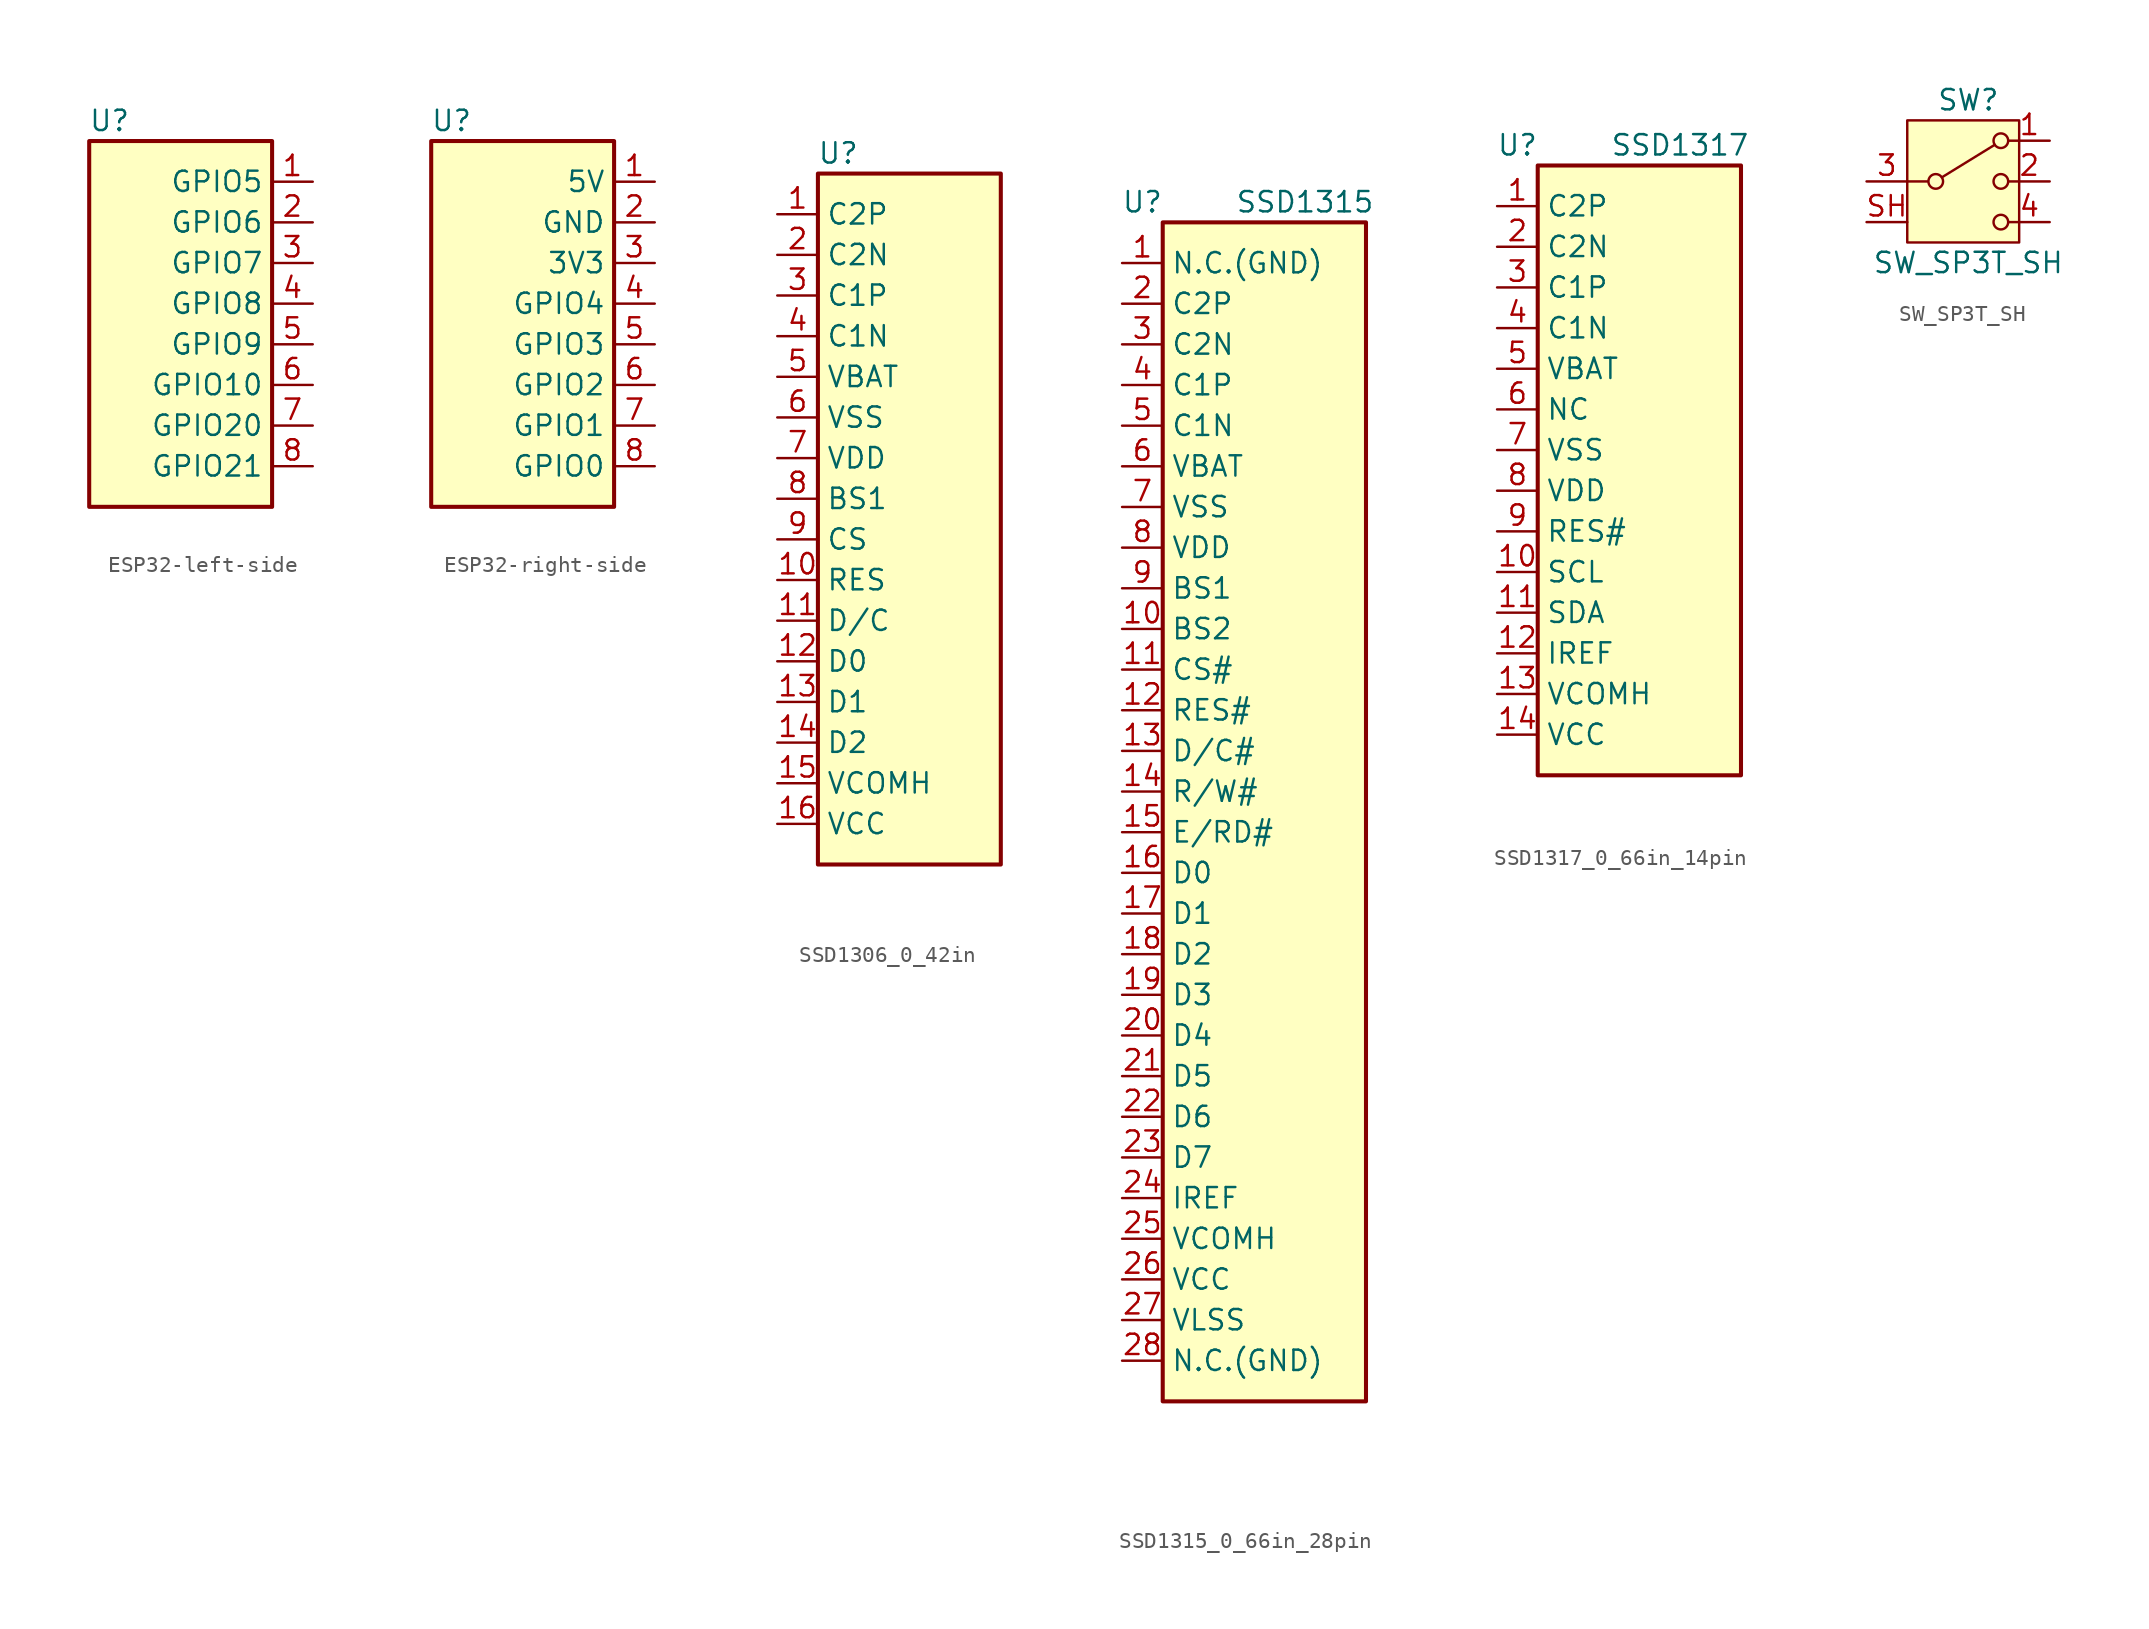
<source format=kicad_sym>
(kicad_symbol_lib
  (version 20231120)
  (generator "kicad_symbol_editor")
  (generator_version "8.0")
  (symbol "ESP32-left-side"
    (property "Reference" "U"
      (at -3.81 12.7 0)
      (effects (font (size 1.27 1.27))))
    (property "Value" ""
      (at 0 0 0)
      (effects (font (size 1.27 1.27))))
    (symbol "ESP32-left-side_0_1"
      (rectangle (start -5.08 11.43) (end 6.35 -11.43) (stroke (width 0.254) (type default)) (fill (type background))))
    (symbol "ESP32-left-side_1_1"
      (pin bidirectional line (at 8.89 8.89 180) (length 2.54) (name "GPIO5" (effects (font (size 1.27 1.27)))) (number "1" (effects (font (size 1.27 1.27)))))
      (pin bidirectional line (at 8.89 6.35 180) (length 2.54) (name "GPIO6" (effects (font (size 1.27 1.27)))) (number "2" (effects (font (size 1.27 1.27)))))
      (pin bidirectional line (at 8.89 3.81 180) (length 2.54) (name "GPIO7" (effects (font (size 1.27 1.27)))) (number "3" (effects (font (size 1.27 1.27)))))
      (pin bidirectional line (at 8.89 1.27 180) (length 2.54) (name "GPIO8" (effects (font (size 1.27 1.27)))) (number "4" (effects (font (size 1.27 1.27)))))
      (pin bidirectional line (at 8.89 -1.27 180) (length 2.54) (name "GPIO9" (effects (font (size 1.27 1.27)))) (number "5" (effects (font (size 1.27 1.27)))))
      (pin bidirectional line (at 8.89 -3.81 180) (length 2.54) (name "GPIO10" (effects (font (size 1.27 1.27)))) (number "6" (effects (font (size 1.27 1.27)))))
      (pin bidirectional line (at 8.89 -6.35 180) (length 2.54) (name "GPIO20" (effects (font (size 1.27 1.27)))) (number "7" (effects (font (size 1.27 1.27)))))
      (pin bidirectional line (at 8.89 -8.89 180) (length 2.54) (name "GPIO21" (effects (font (size 1.27 1.27)))) (number "8" (effects (font (size 1.27 1.27)))))))
  (symbol "ESP32-right-side"
    (property "Reference" "U"
      (at -5.08 13.97 0)
      (effects (font (size 1.27 1.27))))
    (property "Value" ""
      (at 0 0 0)
      (effects (font (size 1.27 1.27))))
    (symbol "ESP32-right-side_0_1"
      (rectangle (start -6.35 12.7) (end 5.08 -10.16) (stroke (width 0.254) (type default)) (fill (type background))))
    (symbol "ESP32-right-side_1_1"
      (pin power_out line (at 7.62 10.16 180) (length 2.54) (name "5V" (effects (font (size 1.27 1.27)))) (number "1" (effects (font (size 1.27 1.27)))))
      (pin passive line (at 7.62 7.62 180) (length 2.54) (name "GND" (effects (font (size 1.27 1.27)))) (number "2" (effects (font (size 1.27 1.27)))))
      (pin output line (at 7.62 5.08 180) (length 2.54) (name "3V3" (effects (font (size 1.27 1.27)))) (number "3" (effects (font (size 1.27 1.27)))))
      (pin bidirectional line (at 7.62 2.54 180) (length 2.54) (name "GPIO4" (effects (font (size 1.27 1.27)))) (number "4" (effects (font (size 1.27 1.27)))))
      (pin bidirectional line (at 7.62 0 180) (length 2.54) (name "GPIO3" (effects (font (size 1.27 1.27)))) (number "5" (effects (font (size 1.27 1.27)))))
      (pin bidirectional line (at 7.62 -2.54 180) (length 2.54) (name "GPIO2" (effects (font (size 1.27 1.27)))) (number "6" (effects (font (size 1.27 1.27)))))
      (pin bidirectional line (at 7.62 -5.08 180) (length 2.54) (name "GPIO1" (effects (font (size 1.27 1.27)))) (number "7" (effects (font (size 1.27 1.27)))))
      (pin bidirectional line (at 7.62 -7.62 180) (length 2.54) (name "GPIO0" (effects (font (size 1.27 1.27)))) (number "8" (effects (font (size 1.27 1.27)))))))
  (symbol "SSD1306_0_42in"
    (property "Reference" "U"
      (at 1.27 1.27 0)
      (effects (font (size 1.27 1.27))))
    (property "Value" ""
      (at 0 0 0)
      (effects (font (size 1.27 1.27))))
    (symbol "SSD1306_0_42in_0_1"
      (rectangle (start 0 0) (end 11.43 -43.18) (stroke (width 0.254) (type default)) (fill (type background))))
    (symbol "SSD1306_0_42in_1_1"
      (pin bidirectional line (at -2.54 -2.54 0) (length 2.54) (name "C2P" (effects (font (size 1.27 1.27)))) (number "1" (effects (font (size 1.27 1.27)))))
      (pin bidirectional line (at -2.54 -25.4 0) (length 2.54) (name "RES" (effects (font (size 1.27 1.27)))) (number "10" (effects (font (size 1.27 1.27)))))
      (pin bidirectional line (at -2.54 -27.94 0) (length 2.54) (name "D/C" (effects (font (size 1.27 1.27)))) (number "11" (effects (font (size 1.27 1.27)))))
      (pin bidirectional line (at -2.54 -30.48 0) (length 2.54) (name "D0" (effects (font (size 1.27 1.27)))) (number "12" (effects (font (size 1.27 1.27)))))
      (pin bidirectional line (at -2.54 -33.02 0) (length 2.54) (name "D1" (effects (font (size 1.27 1.27)))) (number "13" (effects (font (size 1.27 1.27)))))
      (pin bidirectional line (at -2.54 -35.56 0) (length 2.54) (name "D2" (effects (font (size 1.27 1.27)))) (number "14" (effects (font (size 1.27 1.27)))))
      (pin bidirectional line (at -2.54 -38.1 0) (length 2.54) (name "VCOMH" (effects (font (size 1.27 1.27)))) (number "15" (effects (font (size 1.27 1.27)))))
      (pin bidirectional line (at -2.54 -40.64 0) (length 2.54) (name "VCC" (effects (font (size 1.27 1.27)))) (number "16" (effects (font (size 1.27 1.27)))))
      (pin bidirectional line (at -2.54 -5.08 0) (length 2.54) (name "C2N" (effects (font (size 1.27 1.27)))) (number "2" (effects (font (size 1.27 1.27)))))
      (pin bidirectional line (at -2.54 -7.62 0) (length 2.54) (name "C1P" (effects (font (size 1.27 1.27)))) (number "3" (effects (font (size 1.27 1.27)))))
      (pin bidirectional line (at -2.54 -10.16 0) (length 2.54) (name "C1N" (effects (font (size 1.27 1.27)))) (number "4" (effects (font (size 1.27 1.27)))))
      (pin bidirectional line (at -2.54 -12.7 0) (length 2.54) (name "VBAT" (effects (font (size 1.27 1.27)))) (number "5" (effects (font (size 1.27 1.27)))))
      (pin bidirectional line (at -2.54 -15.24 0) (length 2.54) (name "VSS" (effects (font (size 1.27 1.27)))) (number "6" (effects (font (size 1.27 1.27)))))
      (pin bidirectional line (at -2.54 -17.78 0) (length 2.54) (name "VDD" (effects (font (size 1.27 1.27)))) (number "7" (effects (font (size 1.27 1.27)))))
      (pin bidirectional line (at -2.54 -20.32 0) (length 2.54) (name "BS1" (effects (font (size 1.27 1.27)))) (number "8" (effects (font (size 1.27 1.27)))))
      (pin bidirectional line (at -2.54 -22.86 0) (length 2.54) (name "CS" (effects (font (size 1.27 1.27)))) (number "9" (effects (font (size 1.27 1.27)))))))
  (symbol "SSD1315_0_66in_28pin"
    (property "Reference" "U"
      (at -1.27 1.27 0)
      (effects (font (size 1.27 1.27))))
    (property "Value" "SSD1315"
      (at 8.89 1.27 0)
      (effects (font (size 1.27 1.27))))
    (symbol "SSD1315_0_66in_28pin_0_1"
      (rectangle (start 0 0) (end 12.7 -73.66) (stroke (width 0.254) (type default)) (fill (type background))))
    (symbol "SSD1315_0_66in_28pin_1_1"
      (pin bidirectional line (at -2.54 -2.54 0) (length 2.54) (name "N.C.(GND)" (effects (font (size 1.27 1.27)))) (number "1" (effects (font (size 1.27 1.27)))))
      (pin bidirectional line (at -2.54 -25.4 0) (length 2.54) (name "BS2" (effects (font (size 1.27 1.27)))) (number "10" (effects (font (size 1.27 1.27)))))
      (pin bidirectional line (at -2.54 -27.94 0) (length 2.54) (name "CS#" (effects (font (size 1.27 1.27)))) (number "11" (effects (font (size 1.27 1.27)))))
      (pin bidirectional line (at -2.54 -30.48 0) (length 2.54) (name "RES#" (effects (font (size 1.27 1.27)))) (number "12" (effects (font (size 1.27 1.27)))))
      (pin bidirectional line (at -2.54 -33.02 0) (length 2.54) (name "D/C#" (effects (font (size 1.27 1.27)))) (number "13" (effects (font (size 1.27 1.27)))))
      (pin bidirectional line (at -2.54 -35.56 0) (length 2.54) (name "R/W#" (effects (font (size 1.27 1.27)))) (number "14" (effects (font (size 1.27 1.27)))))
      (pin bidirectional line (at -2.54 -38.1 0) (length 2.54) (name "E/RD#" (effects (font (size 1.27 1.27)))) (number "15" (effects (font (size 1.27 1.27)))))
      (pin bidirectional line (at -2.54 -40.64 0) (length 2.54) (name "D0" (effects (font (size 1.27 1.27)))) (number "16" (effects (font (size 1.27 1.27)))))
      (pin bidirectional line (at -2.54 -43.18 0) (length 2.54) (name "D1" (effects (font (size 1.27 1.27)))) (number "17" (effects (font (size 1.27 1.27)))))
      (pin bidirectional line (at -2.54 -45.72 0) (length 2.54) (name "D2" (effects (font (size 1.27 1.27)))) (number "18" (effects (font (size 1.27 1.27)))))
      (pin bidirectional line (at -2.54 -48.26 0) (length 2.54) (name "D3" (effects (font (size 1.27 1.27)))) (number "19" (effects (font (size 1.27 1.27)))))
      (pin bidirectional line (at -2.54 -5.08 0) (length 2.54) (name "C2P" (effects (font (size 1.27 1.27)))) (number "2" (effects (font (size 1.27 1.27)))))
      (pin bidirectional line (at -2.54 -50.8 0) (length 2.54) (name "D4" (effects (font (size 1.27 1.27)))) (number "20" (effects (font (size 1.27 1.27)))))
      (pin bidirectional line (at -2.54 -53.34 0) (length 2.54) (name "D5" (effects (font (size 1.27 1.27)))) (number "21" (effects (font (size 1.27 1.27)))))
      (pin bidirectional line (at -2.54 -55.88 0) (length 2.54) (name "D6" (effects (font (size 1.27 1.27)))) (number "22" (effects (font (size 1.27 1.27)))))
      (pin bidirectional line (at -2.54 -58.42 0) (length 2.54) (name "D7" (effects (font (size 1.27 1.27)))) (number "23" (effects (font (size 1.27 1.27)))))
      (pin bidirectional line (at -2.54 -60.96 0) (length 2.54) (name "IREF" (effects (font (size 1.27 1.27)))) (number "24" (effects (font (size 1.27 1.27)))))
      (pin bidirectional line (at -2.54 -63.5 0) (length 2.54) (name "VCOMH" (effects (font (size 1.27 1.27)))) (number "25" (effects (font (size 1.27 1.27)))))
      (pin bidirectional line (at -2.54 -66.04 0) (length 2.54) (name "VCC" (effects (font (size 1.27 1.27)))) (number "26" (effects (font (size 1.27 1.27)))))
      (pin bidirectional line (at -2.54 -68.58 0) (length 2.54) (name "VLSS" (effects (font (size 1.27 1.27)))) (number "27" (effects (font (size 1.27 1.27)))))
      (pin bidirectional line (at -2.54 -71.12 0) (length 2.54) (name "N.C.(GND)" (effects (font (size 1.27 1.27)))) (number "28" (effects (font (size 1.27 1.27)))))
      (pin bidirectional line (at -2.54 -7.62 0) (length 2.54) (name "C2N" (effects (font (size 1.27 1.27)))) (number "3" (effects (font (size 1.27 1.27)))))
      (pin bidirectional line (at -2.54 -10.16 0) (length 2.54) (name "C1P" (effects (font (size 1.27 1.27)))) (number "4" (effects (font (size 1.27 1.27)))))
      (pin bidirectional line (at -2.54 -12.7 0) (length 2.54) (name "C1N" (effects (font (size 1.27 1.27)))) (number "5" (effects (font (size 1.27 1.27)))))
      (pin bidirectional line (at -2.54 -15.24 0) (length 2.54) (name "VBAT" (effects (font (size 1.27 1.27)))) (number "6" (effects (font (size 1.27 1.27)))))
      (pin bidirectional line (at -2.54 -17.78 0) (length 2.54) (name "VSS" (effects (font (size 1.27 1.27)))) (number "7" (effects (font (size 1.27 1.27)))))
      (pin bidirectional line (at -2.54 -20.32 0) (length 2.54) (name "VDD" (effects (font (size 1.27 1.27)))) (number "8" (effects (font (size 1.27 1.27)))))
      (pin bidirectional line (at -2.54 -22.86 0) (length 2.54) (name "BS1" (effects (font (size 1.27 1.27)))) (number "9" (effects (font (size 1.27 1.27)))))))
  (symbol "SSD1317_0_66in_14pin"
    (property "Reference" "U"
      (at -1.27 1.27 0)
      (effects (font (size 1.27 1.27))))
    (property "Value" "SSD1317"
      (at 8.89 1.27 0)
      (effects (font (size 1.27 1.27))))
    (symbol "SSD1317_0_66in_14pin_0_1"
      (rectangle (start 0 0) (end 12.7 -38.1) (stroke (width 0.254) (type default)) (fill (type background))))
    (symbol "SSD1317_0_66in_14pin_1_1"
      (pin bidirectional line (at -2.54 -2.54 0) (length 2.54) (name "C2P" (effects (font (size 1.27 1.27)))) (number "1" (effects (font (size 1.27 1.27)))))
      (pin bidirectional line (at -2.54 -25.4 0) (length 2.54) (name "SCL" (effects (font (size 1.27 1.27)))) (number "10" (effects (font (size 1.27 1.27)))))
      (pin bidirectional line (at -2.54 -27.94 0) (length 2.54) (name "SDA" (effects (font (size 1.27 1.27)))) (number "11" (effects (font (size 1.27 1.27)))))
      (pin bidirectional line (at -2.54 -30.48 0) (length 2.54) (name "IREF" (effects (font (size 1.27 1.27)))) (number "12" (effects (font (size 1.27 1.27)))))
      (pin bidirectional line (at -2.54 -33.02 0) (length 2.54) (name "VCOMH" (effects (font (size 1.27 1.27)))) (number "13" (effects (font (size 1.27 1.27)))))
      (pin bidirectional line (at -2.54 -35.56 0) (length 2.54) (name "VCC" (effects (font (size 1.27 1.27)))) (number "14" (effects (font (size 1.27 1.27)))))
      (pin bidirectional line (at -2.54 -5.08 0) (length 2.54) (name "C2N" (effects (font (size 1.27 1.27)))) (number "2" (effects (font (size 1.27 1.27)))))
      (pin bidirectional line (at -2.54 -7.62 0) (length 2.54) (name "C1P" (effects (font (size 1.27 1.27)))) (number "3" (effects (font (size 1.27 1.27)))))
      (pin bidirectional line (at -2.54 -10.16 0) (length 2.54) (name "C1N" (effects (font (size 1.27 1.27)))) (number "4" (effects (font (size 1.27 1.27)))))
      (pin bidirectional line (at -2.54 -12.7 0) (length 2.54) (name "VBAT" (effects (font (size 1.27 1.27)))) (number "5" (effects (font (size 1.27 1.27)))))
      (pin bidirectional line (at -2.54 -15.24 0) (length 2.54) (name "NC" (effects (font (size 1.27 1.27)))) (number "6" (effects (font (size 1.27 1.27)))))
      (pin bidirectional line (at -2.54 -17.78 0) (length 2.54) (name "VSS" (effects (font (size 1.27 1.27)))) (number "7" (effects (font (size 1.27 1.27)))))
      (pin bidirectional line (at -2.54 -20.32 0) (length 2.54) (name "VDD" (effects (font (size 1.27 1.27)))) (number "8" (effects (font (size 1.27 1.27)))))
      (pin bidirectional line (at -2.54 -22.86 0) (length 2.54) (name "RES#" (effects (font (size 1.27 1.27)))) (number "9" (effects (font (size 1.27 1.27)))))))
  (symbol "SW_SP3T_SH"
    (pin_names
      (offset 0) hide)
    (property "Reference" "SW"
      (at 0 5.08 0)
      (effects (font (size 1.27 1.27))))
    (property "Value" "SW_SP3T_SH"
      (at 0 -5.08 0)
      (effects (font (size 1.27 1.27))))
    (symbol "SW_SP3T_SH_0_1"
      (circle (center -2.032 0) (radius 0.457) (stroke (width 0) (type default)) (fill (type none)))
      (polyline (pts (xy -3.81 0) (xy -2.54 0)) (stroke (width 0) (type default)) (fill (type none)))
      (polyline (pts (xy -1.651 0.254) (xy 1.651 2.286)) (stroke (width 0) (type default)) (fill (type none)))
      (circle (center 2.032 -2.54) (radius 0.457) (stroke (width 0) (type default)) (fill (type none)))
      (circle (center 2.032 0) (radius 0.457) (stroke (width 0) (type default)) (fill (type none)))
      (circle (center 2.032 2.54) (radius 0.457) (stroke (width 0) (type default)) (fill (type none))))
    (symbol "SW_SP3T_SH_1_1"
      (rectangle (start -3.81 3.81) (end 3.175 -3.81) (stroke (width 0) (type default)) (fill (type background)))
      (pin passive line (at 5.08 2.54 180) (length 2.54) (name "1" (effects (font (size 1.27 1.27)))) (number "1" (effects (font (size 1.27 1.27)))))
      (pin passive line (at 5.08 0 180) (length 2.54) (name "2" (effects (font (size 1.27 1.27)))) (number "2" (effects (font (size 1.27 1.27)))))
      (pin passive line (at -6.35 0 0) (length 2.54) (name "3" (effects (font (size 1.27 1.27)))) (number "3" (effects (font (size 1.27 1.27)))))
      (pin passive line (at 5.08 -2.54 180) (length 2.54) (name "4" (effects (font (size 1.27 1.27)))) (number "4" (effects (font (size 1.27 1.27)))))
      (pin passive line (at -6.35 -2.54 0) (length 2.54) (name "3" (effects (font (size 1.27 1.27)))) (number "SH" (effects (font (size 1.27 1.27))))))))
</source>
